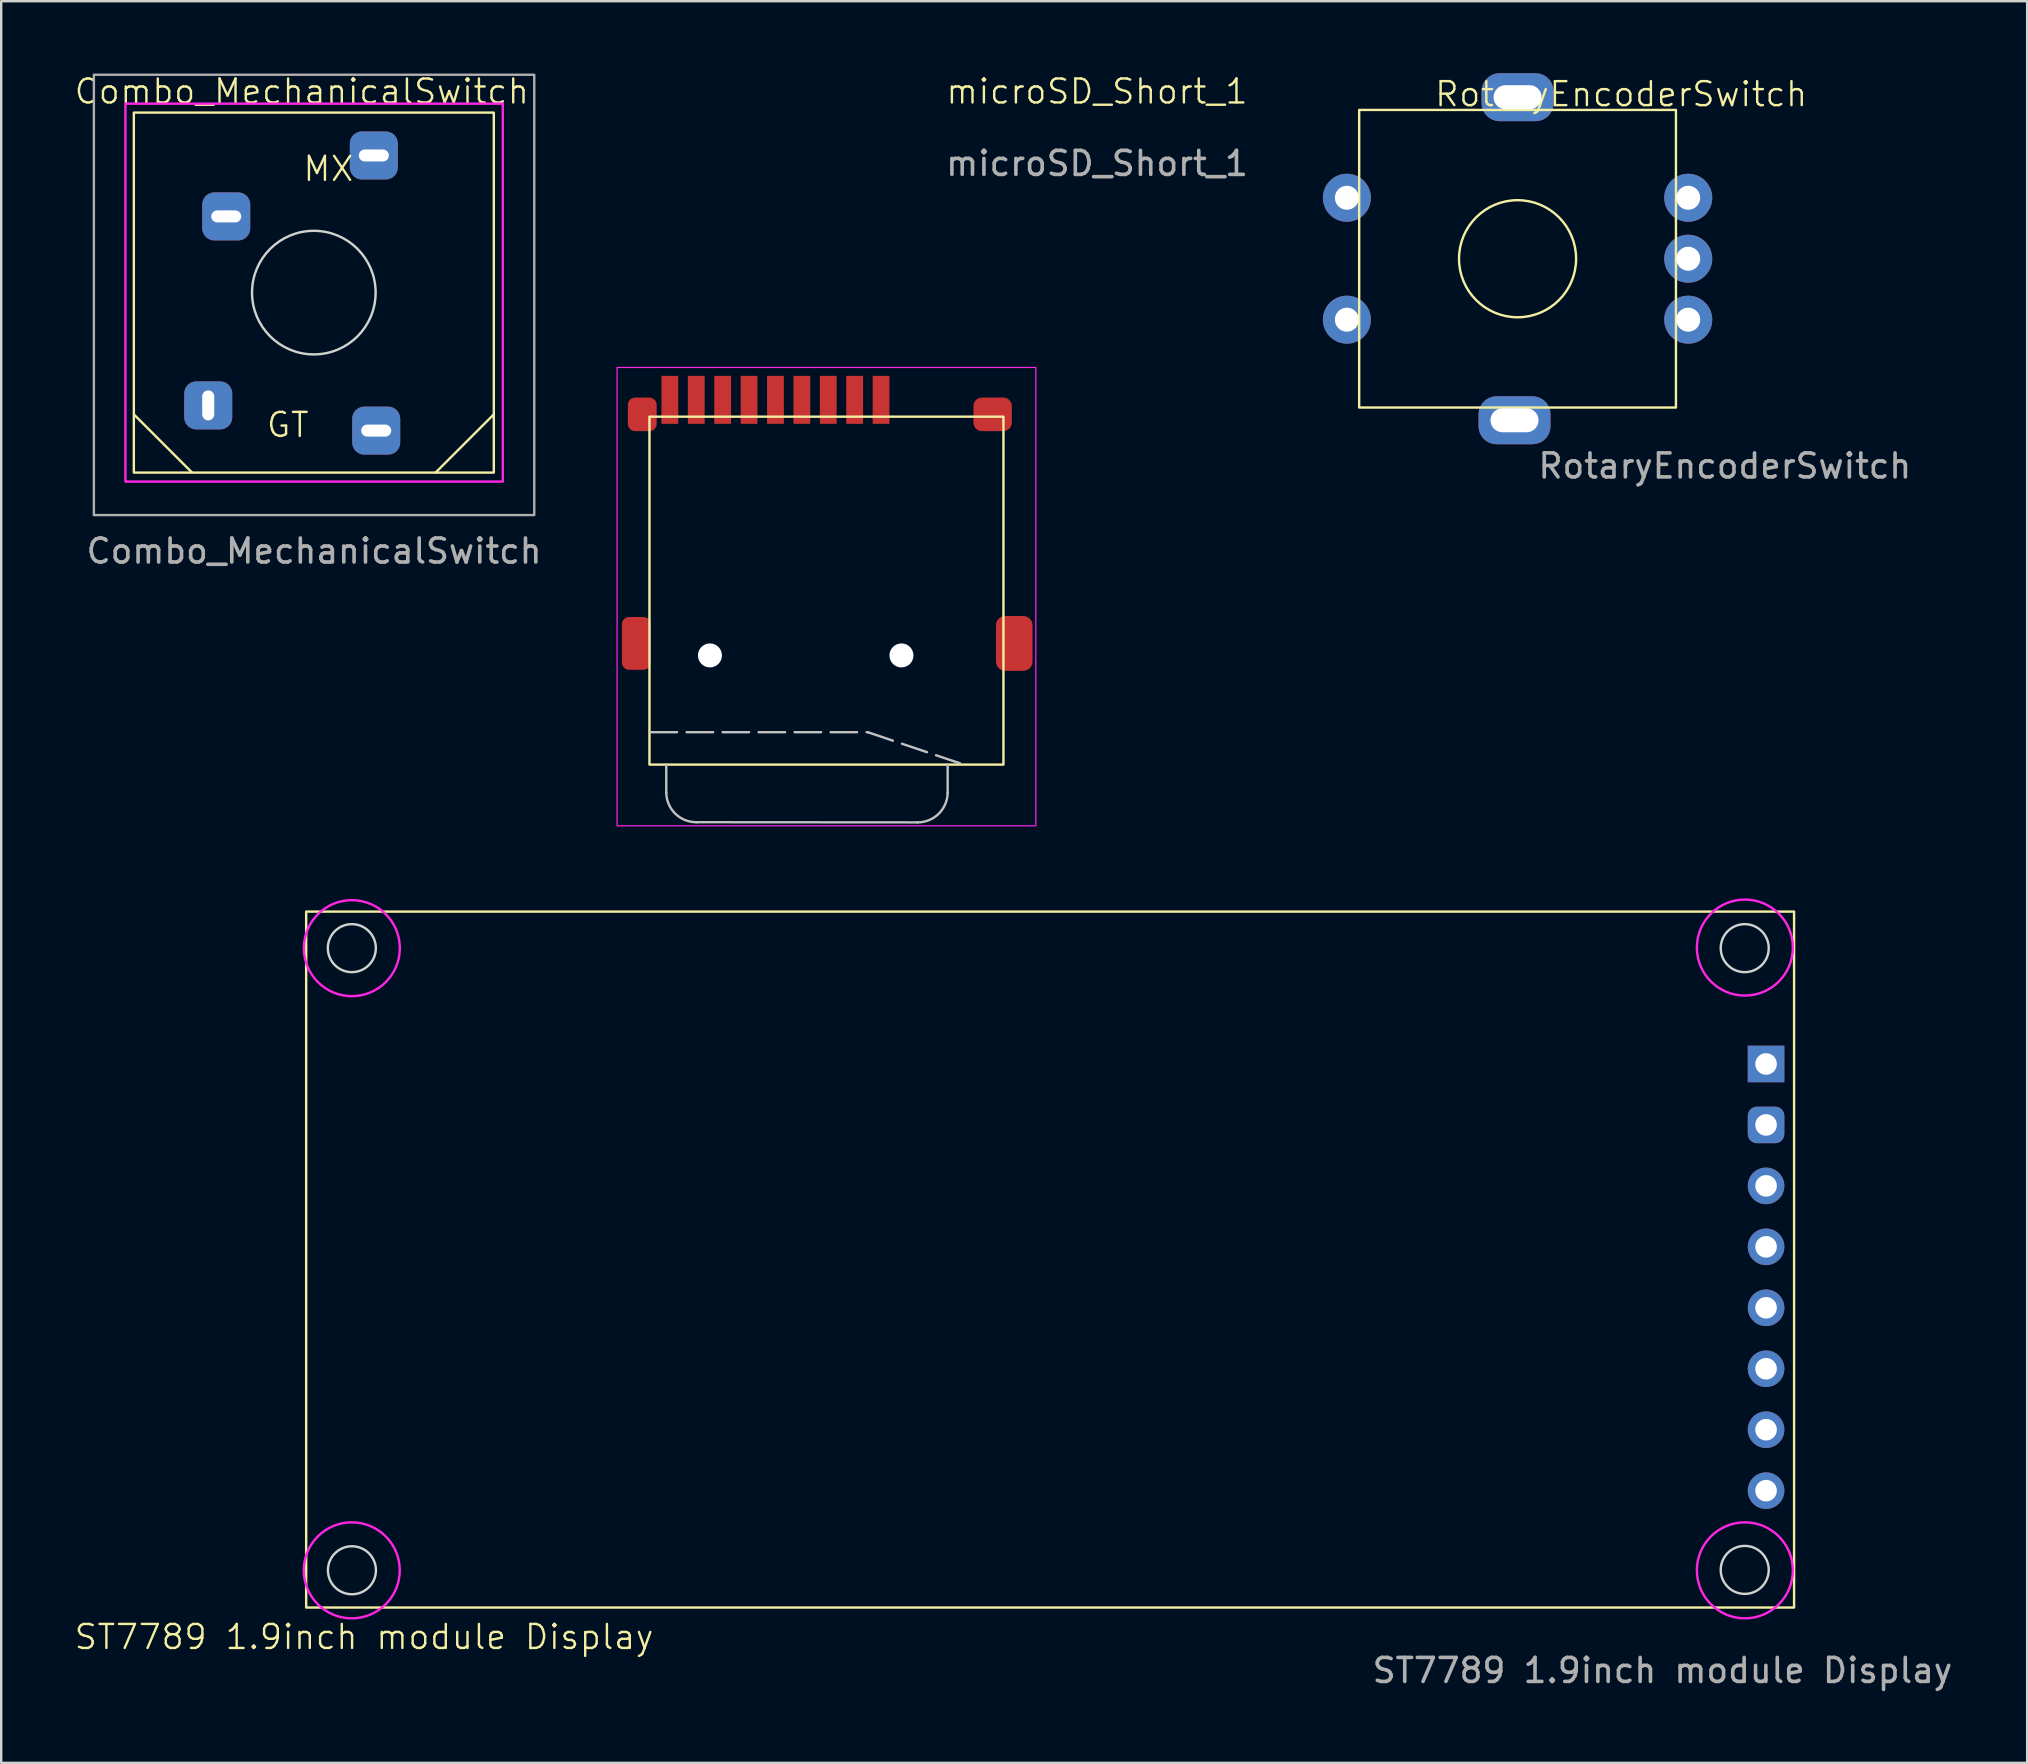
<source format=kicad_pcb>
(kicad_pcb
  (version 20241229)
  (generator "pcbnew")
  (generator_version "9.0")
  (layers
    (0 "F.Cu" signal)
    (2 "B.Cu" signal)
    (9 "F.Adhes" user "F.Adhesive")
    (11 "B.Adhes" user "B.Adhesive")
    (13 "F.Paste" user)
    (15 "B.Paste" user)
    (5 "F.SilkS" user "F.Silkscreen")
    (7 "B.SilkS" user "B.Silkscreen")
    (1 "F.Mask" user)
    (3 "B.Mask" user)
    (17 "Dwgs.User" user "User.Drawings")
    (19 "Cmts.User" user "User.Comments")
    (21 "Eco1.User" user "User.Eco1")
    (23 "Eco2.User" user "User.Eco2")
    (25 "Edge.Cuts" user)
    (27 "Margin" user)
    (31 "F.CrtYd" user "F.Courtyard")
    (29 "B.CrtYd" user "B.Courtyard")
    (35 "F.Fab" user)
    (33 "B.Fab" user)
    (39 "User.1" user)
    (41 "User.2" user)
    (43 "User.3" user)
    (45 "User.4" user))
  (footprint "RotaryEncoderSwitch"
    (layer "F.Cu")
    (at 60.186 7.731)
    (property "Reference" "RotaryEncoderSwitch" (at 4.318 -6.858 0) (unlocked yes) (layer "F.SilkS") (effects (font (size 1 1) (thickness 0.1))))
    (attr through_hole)
    (fp_rect (start -6.6 -6.2) (end 6.6 6.2) (stroke (width 0.1) (type default)) (fill no) (layer "F.SilkS"))
    (fp_circle (center 0 0) (end 1.524 1.905) (stroke (width 0.1) (type default)) (fill no) (layer "F.SilkS"))
    (fp_text user "${REFERENCE}" (at 8.636 8.636 0) (unlocked yes) (layer "F.Fab") (effects (font (size 1 1) (thickness 0.15))))
    (pad "" thru_hole roundrect (at -0.127 6.731) (size 3 2) (drill oval 2 1) (layers "*.Cu" "*.Mask") (roundrect_rratio 0.375))
    (pad "" thru_hole roundrect (at 0 -6.731) (size 3 2) (drill oval 2 1) (layers "*.Cu" "*.Mask") (roundrect_rratio 0.375))
    (pad "A" thru_hole circle (at 7.112 2.54) (size 2 2) (drill 1) (layers "*.Cu" "*.Mask"))
    (pad "B" thru_hole circle (at 7.112 -2.54) (size 2 2) (drill 1) (layers "*.Cu" "*.Mask"))
    (pad "C" thru_hole circle (at 7.112 0) (size 2 2) (drill 1) (layers "*.Cu" "*.Mask"))
    (pad "SW1" thru_hole circle (at -7.112 -2.54) (size 2 2) (drill 1) (layers "*.Cu" "*.Mask"))
    (pad "SW2" thru_hole circle (at -7.112 2.54) (size 2 2) (drill 1) (layers "*.Cu" "*.Mask")))
  (footprint "ST7789 1.9inch module Display"
    (layer "F.Cu")
    (at 9.708 34.935)
    (property "Reference" "ST7789 1.9inch module Display" (at 2.413 30.226 0) (unlocked yes) (layer "F.SilkS") (effects (font (size 1 1) (thickness 0.1))))
    (attr through_hole)
    (fp_rect (start 0 0) (end 62 29) (stroke (width 0.1) (type default)) (fill no) (layer "F.SilkS"))
    (fp_circle (center 1.903 1.524) (end 2.903 1.524) (stroke (width 0.1) (type default)) (fill no) (layer "Edge.Cuts"))
    (fp_circle (center 1.907 27.447) (end 2.907 27.447) (stroke (width 0.1) (type default)) (fill no) (layer "Edge.Cuts"))
    (fp_circle (center 59.944 1.524) (end 60.944 1.524) (stroke (width 0.1) (type default)) (fill no) (layer "Edge.Cuts"))
    (fp_circle (center 59.944 27.432) (end 60.944 27.432) (stroke (width 0.1) (type default)) (fill no) (layer "Edge.Cuts"))
    (fp_circle (center 1.9 27.45) (end 3.9 27.45) (stroke (width 0.1) (type default)) (fill no) (layer "F.CrtYd"))
    (fp_circle (center 1.903 1.524) (end 3.903 1.524) (stroke (width 0.1) (type default)) (fill no) (layer "F.CrtYd"))
    (fp_circle (center 59.95 1.5) (end 61.95 1.5) (stroke (width 0.1) (type default)) (fill no) (layer "F.CrtYd"))
    (fp_circle (center 59.95 27.45) (end 61.95 27.45) (stroke (width 0.1) (type default)) (fill no) (layer "F.CrtYd"))
    (fp_text user "${REFERENCE}" (at 56.515 31.623 0) (unlocked yes) (layer "F.Fab") (effects (font (size 1 1) (thickness 0.15))))
    (pad "1" thru_hole rect (at 60.833 6.35) (size 1.524 1.524) (drill 0.9) (layers "*.Cu" "*.Mask"))
    (pad "2" thru_hole roundrect (at 60.833 8.89) (size 1.524 1.524) (drill 0.9) (layers "*.Cu" "*.Mask") (roundrect_rratio 0.25))
    (pad "3" thru_hole circle (at 60.833 11.43) (size 1.524 1.524) (drill 0.9) (layers "*.Cu" "*.Mask"))
    (pad "4" thru_hole circle (at 60.833 13.97) (size 1.524 1.524) (drill 0.9) (layers "*.Cu" "*.Mask"))
    (pad "5" thru_hole circle (at 60.833 16.51) (size 1.524 1.524) (drill 0.9) (layers "*.Cu" "*.Mask"))
    (pad "6" thru_hole circle (at 60.833 19.05) (size 1.524 1.524) (drill 0.9) (layers "*.Cu" "*.Mask"))
    (pad "7" thru_hole circle (at 60.833 21.59) (size 1.524 1.524) (drill 0.9) (layers "*.Cu" "*.Mask"))
    (pad "8" thru_hole circle (at 60.833 24.13) (size 1.524 1.524) (drill 0.9) (layers "*.Cu" "*.Mask")))
  (footprint "microSD_Short_1"
    (layer "F.Cu")
    (at 31.463 20.261)
    (property "Reference" "microSD_Short_1" (at 11.2 -19.5 0) (unlocked yes) (layer "F.SilkS") (effects (font (size 1 1) (thickness 0.1))))
    (attr smd)
    (fp_rect (start -7.45 -5.95) (end 7.3 8.55) (stroke (width 0.1) (type default)) (fill no) (layer "F.SilkS"))
    (fp_line (start -7.4 7.2) (end 1.65 7.2) (stroke (width 0.1) (type dash)) (layer "Dwgs.User"))
    (fp_line (start -6.75 9.725) (end -6.75 8.54) (stroke (width 0.1) (type default)) (layer "Dwgs.User"))
    (fp_line (start 1.65 7.2) (end 5.5 8.5) (stroke (width 0.1) (type dash)) (layer "Dwgs.User"))
    (fp_line (start 3.725 10.957) (end -5.5 10.95) (stroke (width 0.1) (type default)) (layer "Dwgs.User"))
    (fp_line (start 4.975 9.732) (end 4.975 8.547) (stroke (width 0.1) (type default)) (layer "Dwgs.User"))
    (fp_arc (start -5.5 10.950249) (mid -6.375176 10.592855) (end -6.749999 9.725) (stroke (width 0.1) (type default)) (layer "Dwgs.User"))
    (fp_arc (start 4.974823 9.732145) (mid 4.6 10.599999) (end 3.724824 10.957394) (stroke (width 0.1) (type default)) (layer "Dwgs.User"))
    (fp_rect (start -8.8 -8) (end 8.65 11.1) (stroke (width 0.05) (type default)) (fill no) (layer "F.CrtYd"))
    (fp_text user "${REFERENCE}" (at 11.2 -16.5 0) (unlocked yes) (layer "F.Fab") (effects (font (size 1 1) (thickness 0.15))))
    (pad "" np_thru_hole circle (at -4.93 4) (size 1 1) (drill 1.25) (layers "*.Cu"))
    (pad "" np_thru_hole circle (at 3.05 4) (size 1 1) (drill 1.25) (layers "*.Cu"))
    (pad "1" smd rect (at 2.2 -6.65) (size 0.7 2) (layers "F.Cu" "F.Mask" "F.Paste"))
    (pad "2" smd rect (at 1.1 -6.65) (size 0.7 2) (layers "F.Cu" "F.Mask" "F.Paste"))
    (pad "3" smd rect (at 0 -6.65) (size 0.7 2) (layers "F.Cu" "F.Mask" "F.Paste"))
    (pad "4" smd rect (at -1.1 -6.65) (size 0.7 2) (layers "F.Cu" "F.Mask" "F.Paste"))
    (pad "5" smd rect (at -2.2 -6.65) (size 0.7 2) (layers "F.Cu" "F.Mask" "F.Paste"))
    (pad "6" smd rect (at -3.3 -6.65) (size 0.7 2) (layers "F.Cu" "F.Mask" "F.Paste"))
    (pad "7" smd rect (at -4.4 -6.65) (size 0.7 2) (layers "F.Cu" "F.Mask" "F.Paste"))
    (pad "8" smd rect (at -5.5 -6.65) (size 0.7 2) (layers "F.Cu" "F.Mask" "F.Paste"))
    (pad "9" smd rect (at -6.6 -6.65) (size 0.7 2) (layers "F.Cu" "F.Mask" "F.Paste"))
    (pad "11" smd roundrect (at -8 3.5 180) (size 1.2 2.2) (layers "F.Cu" "F.Mask" "F.Paste") (roundrect_rratio 0.25))
    (pad "11" smd roundrect (at -7.75 -6.045) (size 1.2 1.4) (layers "F.Cu" "F.Mask" "F.Paste") (roundrect_rratio 0.25))
    (pad "11" smd roundrect (at 6.85 -6.045) (size 1.6 1.4) (layers "F.Cu" "F.Mask" "F.Paste") (roundrect_rratio 0.25))
    (pad "11" smd roundrect (at 7.75 3.5 90) (size 2.286 1.524) (layers "F.Cu" "F.Mask" "F.Paste") (roundrect_rratio 0.25)))
  (footprint "Combo_MechanicalSwitch"
    (layer "F.Cu")
    (at 10.027 9.143)
    (property "Reference" "Combo_MechanicalSwitch" (at -0.501 -8.382 0) (unlocked yes) (layer "F.SilkS") (effects (font (size 1 1) (thickness 0.1))))
    (attr through_hole)
    (fp_line (start -7.493 5.08) (end -5.08 7.493) (stroke (width 0.1) (type default)) (layer "F.SilkS"))
    (fp_line (start 7.493 5.08) (end 5.08 7.493) (stroke (width 0.1) (type default)) (layer "F.SilkS"))
    (fp_rect (start 7.5 -7.5) (end -7.5 7.5) (stroke (width 0.1) (type default)) (fill no) (layer "F.SilkS"))
    (fp_circle (center 0 0) (end 2.575 0) (stroke (width 0.1) (type default)) (fill no) (layer "Edge.Cuts"))
    (fp_rect (start -7.85 -7.874) (end 7.874 7.874) (stroke (width 0.1) (type default)) (fill no) (layer "F.CrtYd"))
    (fp_rect (start -9.165 -9.08) (end 9.185 9.27) (stroke (width 0.1) (type default)) (fill no) (layer "F.Fab"))
    (fp_text user "GT" (at -2.032 6.096 0) (unlocked yes) (layer "F.SilkS") (effects (font (size 1 1) (thickness 0.1)) (justify left bottom)))
    (fp_text user "MX" (at -0.508 -4.572 0) (unlocked yes) (layer "F.SilkS") (effects (font (size 1 1) (thickness 0.1)) (justify left bottom)))
    (fp_text user "${REFERENCE}" (at 0.01 10.77 0) (unlocked yes) (layer "F.Fab") (effects (font (size 1 1) (thickness 0.15))))
    (pad "1" thru_hole roundrect (at 2.5 -5.715) (size 2 2) (drill oval 1.25 0.5) (layers "*.Cu" "*.Mask") (roundrect_rratio 0.25))
    (pad "1" thru_hole roundrect (at 2.6 5.75) (size 2 2) (drill oval 1.25 0.5) (layers "*.Cu" "*.Mask") (roundrect_rratio 0.25))
    (pad "2" thru_hole roundrect (at -4.4 4.7) (size 2 2) (drill oval 0.5 1.25) (layers "*.Cu" "*.Mask") (roundrect_rratio 0.25))
    (pad "2" thru_hole roundrect (at -3.65 -3.175) (size 2 2) (drill oval 1.25 0.5) (layers "*.Cu" "*.Mask") (roundrect_rratio 0.25)))
  (gr_rect
    (start -3 -3)
    (end 81.42 70.407)
    (stroke (width 0.1) (type default))
    (fill no)
    (layer "Edge.Cuts")))
</source>
